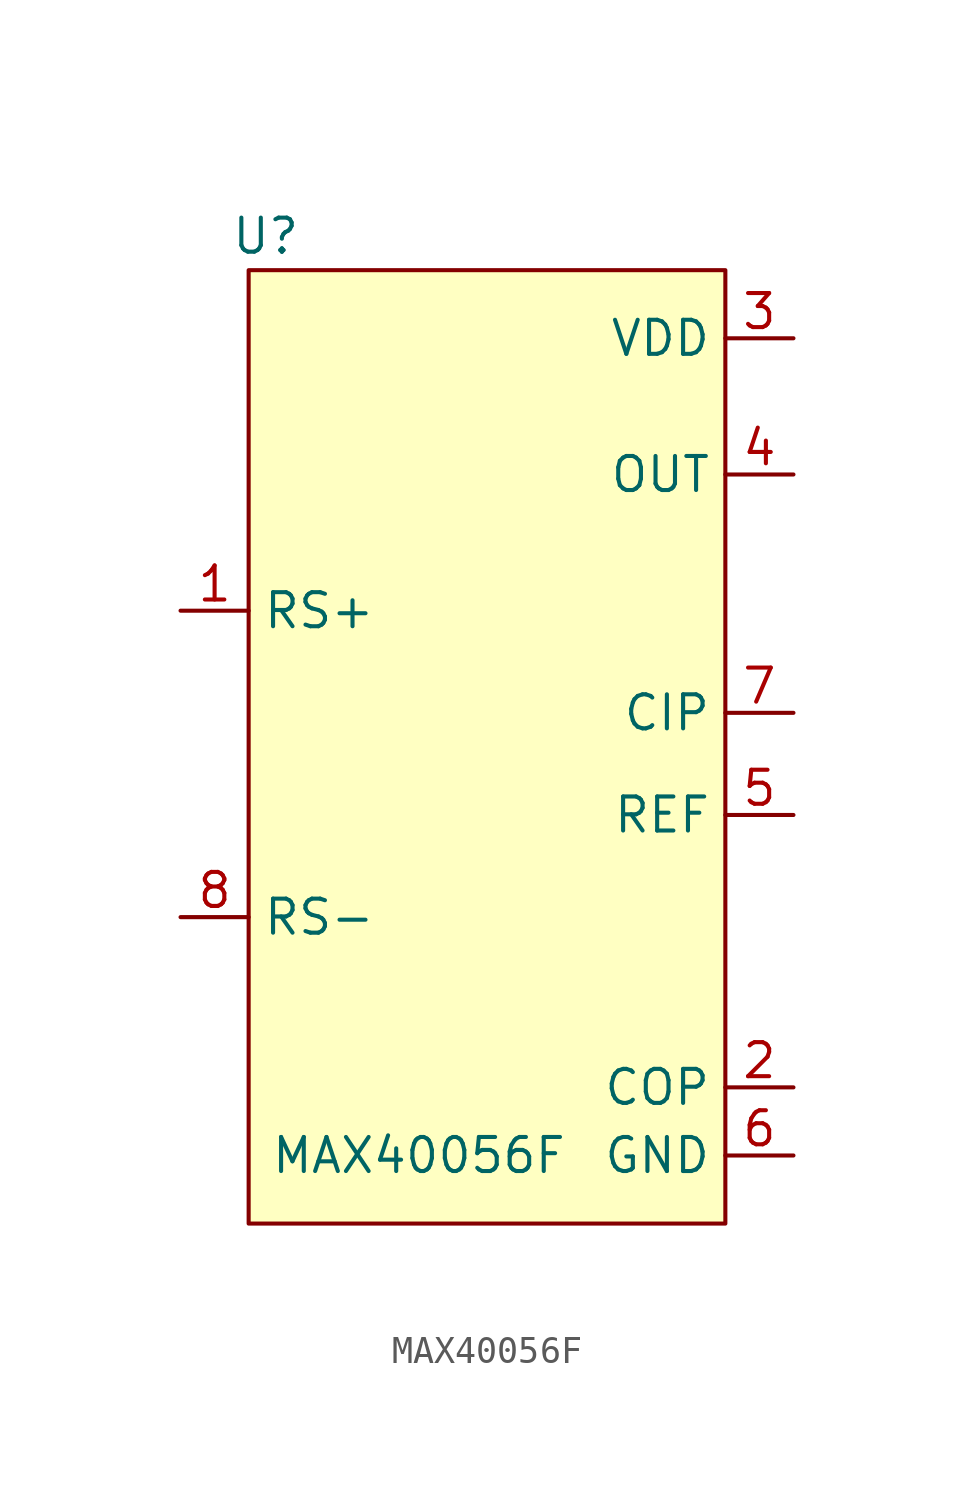
<source format=kicad_sym>
(kicad_symbol_lib
  (version 20211014)
  (generator kicad_symbol_editor)
  (symbol "MAX40056F"
    (property "Reference" "U"
      (at -6.985 7.62 0)
      (effects (font (size 1.27 1.27))))
    (property "Value" "MAX40056F"
      (at -1.27 -26.67 0)
      (effects (font (size 1.27 1.27))))
    (symbol "MAX40056F_0_1"
      (rectangle (start -7.62 6.35) (end 10.16 -29.21) (stroke (width 0.152) (type default) (color 0 0 0 0)) (fill (type background))))
    (symbol "MAX40056F_1_1"
      (pin input line (at -10.16 -6.35 0) (length 2.54) (name "RS+" (effects (font (size 1.27 1.27)))) (number "1" (effects (font (size 1.27 1.27)))))
      (pin output line (at 12.7 -24.13 180) (length 2.54) (name "COP" (effects (font (size 1.27 1.27)))) (number "2" (effects (font (size 1.27 1.27)))))
      (pin power_in line (at 12.7 3.81 180) (length 2.54) (name "VDD" (effects (font (size 1.27 1.27)))) (number "3" (effects (font (size 1.27 1.27)))))
      (pin output line (at 12.7 -1.27 180) (length 2.54) (name "OUT" (effects (font (size 1.27 1.27)))) (number "4" (effects (font (size 1.27 1.27)))))
      (pin output line (at 12.7 -13.97 180) (length 2.54) (name "REF" (effects (font (size 1.27 1.27)))) (number "5" (effects (font (size 1.27 1.27)))))
      (pin power_out line (at 12.7 -26.67 180) (length 2.54) (name "GND" (effects (font (size 1.27 1.27)))) (number "6" (effects (font (size 1.27 1.27)))))
      (pin power_in line (at 12.7 -10.16 180) (length 2.54) (name "CIP" (effects (font (size 1.27 1.27)))) (number "7" (effects (font (size 1.27 1.27)))))
      (pin input line (at -10.16 -17.78 0) (length 2.54) (name "RS-" (effects (font (size 1.27 1.27)))) (number "8" (effects (font (size 1.27 1.27))))))))
</source>
